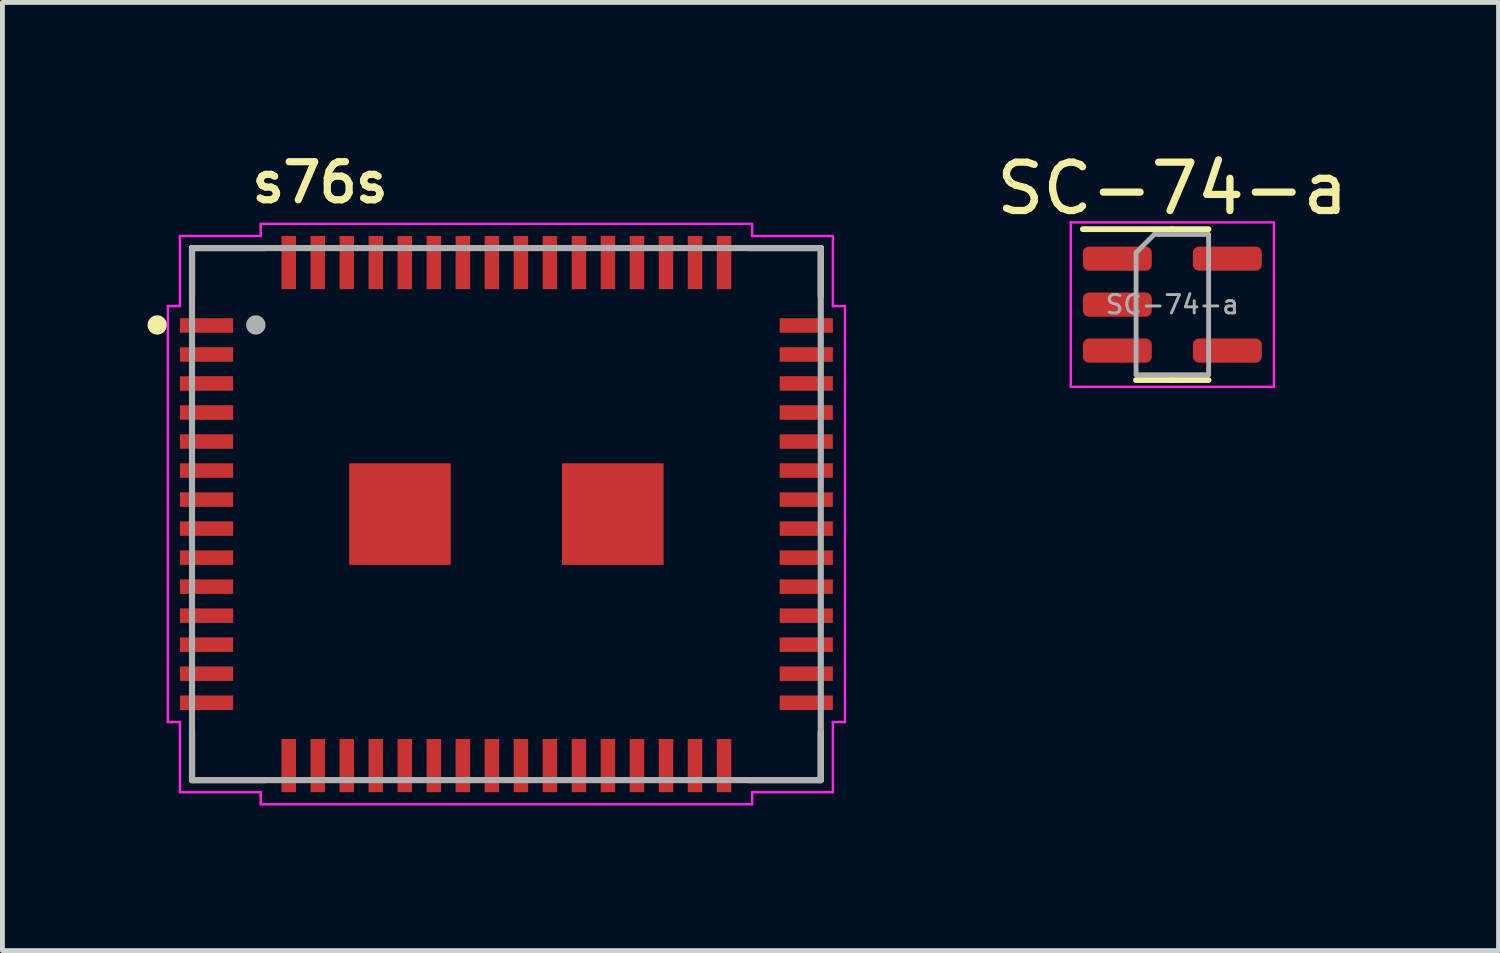
<source format=kicad_pcb>
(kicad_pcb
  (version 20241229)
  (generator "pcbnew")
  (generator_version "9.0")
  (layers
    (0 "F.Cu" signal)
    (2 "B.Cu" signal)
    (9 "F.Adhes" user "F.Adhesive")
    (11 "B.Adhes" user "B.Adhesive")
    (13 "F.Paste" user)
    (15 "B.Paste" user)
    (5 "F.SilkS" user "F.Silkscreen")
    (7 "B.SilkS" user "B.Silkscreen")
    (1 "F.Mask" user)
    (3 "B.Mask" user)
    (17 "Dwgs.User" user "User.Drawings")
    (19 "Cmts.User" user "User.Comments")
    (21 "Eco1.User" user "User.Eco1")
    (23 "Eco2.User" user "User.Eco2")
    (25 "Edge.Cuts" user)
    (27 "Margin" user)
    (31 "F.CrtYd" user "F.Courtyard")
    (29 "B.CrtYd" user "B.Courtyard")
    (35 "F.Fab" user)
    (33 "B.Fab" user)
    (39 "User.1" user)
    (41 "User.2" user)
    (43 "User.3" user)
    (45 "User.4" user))
  (footprint "s76s"
    (layer "F.Cu")
    (at 7.42 7.579)
    (property "Reference" "s76s" (at -3.853 -6.855 0) (layer "F.SilkS") (effects (font (size 0.788 0.788) (thickness 0.15))))
    (attr through_hole)
    (fp_line (start -6.5 -5.5) (end -6.5 -4.5) (stroke (width 0.127) (type solid)) (layer "F.SilkS"))
    (fp_line (start -6.5 4.5) (end -6.5 5.5) (stroke (width 0.127) (type solid)) (layer "F.SilkS"))
    (fp_line (start -6.5 5.5) (end -5 5.5) (stroke (width 0.127) (type solid)) (layer "F.SilkS"))
    (fp_line (start -5 -5.5) (end -6.5 -5.5) (stroke (width 0.127) (type solid)) (layer "F.SilkS"))
    (fp_line (start 5 -5.5) (end 6.5 -5.5) (stroke (width 0.127) (type solid)) (layer "F.SilkS"))
    (fp_line (start 5 5.5) (end 6.5 5.5) (stroke (width 0.127) (type solid)) (layer "F.SilkS"))
    (fp_line (start 6.5 -5.5) (end 6.5 -4.5) (stroke (width 0.127) (type solid)) (layer "F.SilkS"))
    (fp_line (start 6.5 4.5) (end 6.5 5.5) (stroke (width 0.127) (type solid)) (layer "F.SilkS"))
    (fp_circle (center -7.22 -3.91) (end -7.12 -3.91) (stroke (width 0.2) (type solid)) (fill no) (layer "F.SilkS"))
    (fp_line (start -7 -4.3) (end -6.75 -4.3) (stroke (width 0.05) (type solid)) (layer "F.CrtYd"))
    (fp_line (start -7 4.3) (end -7 -4.3) (stroke (width 0.05) (type solid)) (layer "F.CrtYd"))
    (fp_line (start -6.75 -5.75) (end -5.08 -5.75) (stroke (width 0.05) (type solid)) (layer "F.CrtYd"))
    (fp_line (start -6.75 -4.3) (end -6.75 -5.75) (stroke (width 0.05) (type solid)) (layer "F.CrtYd"))
    (fp_line (start -6.75 4.3) (end -7 4.3) (stroke (width 0.05) (type solid)) (layer "F.CrtYd"))
    (fp_line (start -6.75 5.75) (end -6.75 4.3) (stroke (width 0.05) (type solid)) (layer "F.CrtYd"))
    (fp_line (start -5.08 -6) (end 5.08 -6) (stroke (width 0.05) (type solid)) (layer "F.CrtYd"))
    (fp_line (start -5.08 -5.75) (end -5.08 -6) (stroke (width 0.05) (type solid)) (layer "F.CrtYd"))
    (fp_line (start -5.08 5.75) (end -6.75 5.75) (stroke (width 0.05) (type solid)) (layer "F.CrtYd"))
    (fp_line (start -5.08 6) (end -5.08 5.75) (stroke (width 0.05) (type solid)) (layer "F.CrtYd"))
    (fp_line (start 5.08 -6) (end 5.08 -5.75) (stroke (width 0.05) (type solid)) (layer "F.CrtYd"))
    (fp_line (start 5.08 -5.75) (end 6.75 -5.75) (stroke (width 0.05) (type solid)) (layer "F.CrtYd"))
    (fp_line (start 5.08 5.75) (end 5.08 6) (stroke (width 0.05) (type solid)) (layer "F.CrtYd"))
    (fp_line (start 5.08 6) (end -5.08 6) (stroke (width 0.05) (type solid)) (layer "F.CrtYd"))
    (fp_line (start 6.75 -5.75) (end 6.75 -4.3) (stroke (width 0.05) (type solid)) (layer "F.CrtYd"))
    (fp_line (start 6.75 -4.3) (end 7 -4.3) (stroke (width 0.05) (type solid)) (layer "F.CrtYd"))
    (fp_line (start 6.75 4.3) (end 6.75 5.75) (stroke (width 0.05) (type solid)) (layer "F.CrtYd"))
    (fp_line (start 6.75 5.75) (end 5.08 5.75) (stroke (width 0.05) (type solid)) (layer "F.CrtYd"))
    (fp_line (start 7 -4.3) (end 7 4.3) (stroke (width 0.05) (type solid)) (layer "F.CrtYd"))
    (fp_line (start 7 4.3) (end 6.75 4.3) (stroke (width 0.05) (type solid)) (layer "F.CrtYd"))
    (fp_line (start -6.5 -5.5) (end 6.5 -5.5) (stroke (width 0.127) (type solid)) (layer "F.Fab"))
    (fp_line (start -6.5 5.5) (end -6.5 -5.5) (stroke (width 0.127) (type solid)) (layer "F.Fab"))
    (fp_line (start 6.5 -5.5) (end 6.5 5.5) (stroke (width 0.127) (type solid)) (layer "F.Fab"))
    (fp_line (start 6.5 5.5) (end -6.5 5.5) (stroke (width 0.127) (type solid)) (layer "F.Fab"))
    (fp_circle (center -5.18 -3.91) (end -5.08 -3.91) (stroke (width 0.2) (type solid)) (fill no) (layer "F.Fab"))
    (pad "1" smd rect (at -6.2 -3.9) (size 1.1 0.3) (layers "F.Cu" "F.Mask" "F.Paste"))
    (pad "2" smd rect (at -6.2 -3.3) (size 1.1 0.3) (layers "F.Cu" "F.Mask" "F.Paste"))
    (pad "3" smd rect (at -6.2 -2.7) (size 1.1 0.3) (layers "F.Cu" "F.Mask" "F.Paste"))
    (pad "4" smd rect (at -6.2 -2.1) (size 1.1 0.3) (layers "F.Cu" "F.Mask" "F.Paste"))
    (pad "5" smd rect (at -6.2 -1.5) (size 1.1 0.3) (layers "F.Cu" "F.Mask" "F.Paste"))
    (pad "6" smd rect (at -6.2 -0.9) (size 1.1 0.3) (layers "F.Cu" "F.Mask" "F.Paste"))
    (pad "7" smd rect (at -6.2 -0.3) (size 1.1 0.3) (layers "F.Cu" "F.Mask" "F.Paste"))
    (pad "8" smd rect (at -6.2 0.3) (size 1.1 0.3) (layers "F.Cu" "F.Mask" "F.Paste"))
    (pad "9" smd rect (at -6.2 0.9) (size 1.1 0.3) (layers "F.Cu" "F.Mask" "F.Paste"))
    (pad "10" smd rect (at -6.2 1.5) (size 1.1 0.3) (layers "F.Cu" "F.Mask" "F.Paste"))
    (pad "11" smd rect (at -6.2 2.1) (size 1.1 0.3) (layers "F.Cu" "F.Mask" "F.Paste"))
    (pad "12" smd rect (at -6.2 2.7) (size 1.1 0.3) (layers "F.Cu" "F.Mask" "F.Paste"))
    (pad "13" smd rect (at -6.2 3.3) (size 1.1 0.3) (layers "F.Cu" "F.Mask" "F.Paste"))
    (pad "14" smd rect (at -6.2 3.9) (size 1.1 0.3) (layers "F.Cu" "F.Mask" "F.Paste"))
    (pad "15" smd rect (at -4.5 5.2) (size 0.3 1.1) (layers "F.Cu" "F.Mask" "F.Paste"))
    (pad "16" smd rect (at -3.9 5.2) (size 0.3 1.1) (layers "F.Cu" "F.Mask" "F.Paste"))
    (pad "17" smd rect (at -3.3 5.2) (size 0.3 1.1) (layers "F.Cu" "F.Mask" "F.Paste"))
    (pad "18" smd rect (at -2.7 5.2) (size 0.3 1.1) (layers "F.Cu" "F.Mask" "F.Paste"))
    (pad "19" smd rect (at -2.1 5.2) (size 0.3 1.1) (layers "F.Cu" "F.Mask" "F.Paste"))
    (pad "20" smd rect (at -1.5 5.2) (size 0.3 1.1) (layers "F.Cu" "F.Mask" "F.Paste"))
    (pad "21" smd rect (at -0.9 5.2) (size 0.3 1.1) (layers "F.Cu" "F.Mask" "F.Paste"))
    (pad "22" smd rect (at -0.3 5.2) (size 0.3 1.1) (layers "F.Cu" "F.Mask" "F.Paste"))
    (pad "23" smd rect (at 0.3 5.2) (size 0.3 1.1) (layers "F.Cu" "F.Mask" "F.Paste"))
    (pad "24" smd rect (at 0.9 5.2) (size 0.3 1.1) (layers "F.Cu" "F.Mask" "F.Paste"))
    (pad "25" smd rect (at 1.5 5.2) (size 0.3 1.1) (layers "F.Cu" "F.Mask" "F.Paste"))
    (pad "26" smd rect (at 2.1 5.2) (size 0.3 1.1) (layers "F.Cu" "F.Mask" "F.Paste"))
    (pad "27" smd rect (at 2.7 5.2) (size 0.3 1.1) (layers "F.Cu" "F.Mask" "F.Paste"))
    (pad "28" smd rect (at 3.3 5.2) (size 0.3 1.1) (layers "F.Cu" "F.Mask" "F.Paste"))
    (pad "29" smd rect (at 3.9 5.2) (size 0.3 1.1) (layers "F.Cu" "F.Mask" "F.Paste"))
    (pad "30" smd rect (at 4.5 5.2) (size 0.3 1.1) (layers "F.Cu" "F.Mask" "F.Paste"))
    (pad "31" smd rect (at 6.2 3.9) (size 1.1 0.3) (layers "F.Cu" "F.Mask" "F.Paste"))
    (pad "32" smd rect (at 6.2 3.3) (size 1.1 0.3) (layers "F.Cu" "F.Mask" "F.Paste"))
    (pad "33" smd rect (at 6.2 2.7) (size 1.1 0.3) (layers "F.Cu" "F.Mask" "F.Paste"))
    (pad "34" smd rect (at 6.2 2.1) (size 1.1 0.3) (layers "F.Cu" "F.Mask" "F.Paste"))
    (pad "35" smd rect (at 6.2 1.5) (size 1.1 0.3) (layers "F.Cu" "F.Mask" "F.Paste"))
    (pad "36" smd rect (at 6.2 0.9) (size 1.1 0.3) (layers "F.Cu" "F.Mask" "F.Paste"))
    (pad "37" smd rect (at 6.2 0.3) (size 1.1 0.3) (layers "F.Cu" "F.Mask" "F.Paste"))
    (pad "38" smd rect (at 6.2 -0.3) (size 1.1 0.3) (layers "F.Cu" "F.Mask" "F.Paste"))
    (pad "39" smd rect (at 6.2 -0.9) (size 1.1 0.3) (layers "F.Cu" "F.Mask" "F.Paste"))
    (pad "40" smd rect (at 6.2 -1.5) (size 1.1 0.3) (layers "F.Cu" "F.Mask" "F.Paste"))
    (pad "41" smd rect (at 6.2 -2.1) (size 1.1 0.3) (layers "F.Cu" "F.Mask" "F.Paste"))
    (pad "42" smd rect (at 6.2 -2.7) (size 1.1 0.3) (layers "F.Cu" "F.Mask" "F.Paste"))
    (pad "43" smd rect (at 6.2 -3.3) (size 1.1 0.3) (layers "F.Cu" "F.Mask" "F.Paste"))
    (pad "44" smd rect (at 6.2 -3.9) (size 1.1 0.3) (layers "F.Cu" "F.Mask" "F.Paste"))
    (pad "45" smd rect (at 4.5 -5.2) (size 0.3 1.1) (layers "F.Cu" "F.Mask" "F.Paste"))
    (pad "46" smd rect (at 3.9 -5.2) (size 0.3 1.1) (layers "F.Cu" "F.Mask" "F.Paste"))
    (pad "47" smd rect (at 3.3 -5.2) (size 0.3 1.1) (layers "F.Cu" "F.Mask" "F.Paste"))
    (pad "48" smd rect (at 2.7 -5.2) (size 0.3 1.1) (layers "F.Cu" "F.Mask" "F.Paste"))
    (pad "49" smd rect (at 2.1 -5.2) (size 0.3 1.1) (layers "F.Cu" "F.Mask" "F.Paste"))
    (pad "50" smd rect (at 1.5 -5.2) (size 0.3 1.1) (layers "F.Cu" "F.Mask" "F.Paste"))
    (pad "51" smd rect (at 0.9 -5.2) (size 0.3 1.1) (layers "F.Cu" "F.Mask" "F.Paste"))
    (pad "52" smd rect (at 0.3 -5.2) (size 0.3 1.1) (layers "F.Cu" "F.Mask" "F.Paste"))
    (pad "53" smd rect (at -0.3 -5.2) (size 0.3 1.1) (layers "F.Cu" "F.Mask" "F.Paste"))
    (pad "54" smd rect (at -0.9 -5.2) (size 0.3 1.1) (layers "F.Cu" "F.Mask" "F.Paste"))
    (pad "55" smd rect (at -1.5 -5.2) (size 0.3 1.1) (layers "F.Cu" "F.Mask" "F.Paste"))
    (pad "56" smd rect (at -2.1 -5.2) (size 0.3 1.1) (layers "F.Cu" "F.Mask" "F.Paste"))
    (pad "57" smd rect (at -2.7 -5.2) (size 0.3 1.1) (layers "F.Cu" "F.Mask" "F.Paste"))
    (pad "58" smd rect (at -3.3 -5.2) (size 0.3 1.1) (layers "F.Cu" "F.Mask" "F.Paste"))
    (pad "59" smd rect (at -3.9 -5.2) (size 0.3 1.1) (layers "F.Cu" "F.Mask" "F.Paste"))
    (pad "60" smd rect (at -4.5 -5.2) (size 0.3 1.1) (layers "F.Cu" "F.Mask" "F.Paste"))
    (pad "61" smd rect (at -2.2 0) (size 2.1 2.1) (layers "F.Cu" "F.Mask" "F.Paste"))
    (pad "62" smd rect (at 2.2 0) (size 2.1 2.1) (layers "F.Cu" "F.Mask" "F.Paste")))
  (footprint "SC-74-a"
    (layer "F.Cu")
    (at 21.189 3.248)
    (property "Reference" "SC-74-a" (at 0 -2.4 0) (layer "F.SilkS") (effects (font (size 1 1) (thickness 0.15))))
    (attr smd)
    (fp_line (start 0 -1.56) (end -1.85 -1.56) (stroke (width 0.12) (type solid)) (layer "F.SilkS"))
    (fp_line (start 0 -1.56) (end 0.75 -1.56) (stroke (width 0.12) (type solid)) (layer "F.SilkS"))
    (fp_line (start 0 1.56) (end -0.75 1.56) (stroke (width 0.12) (type solid)) (layer "F.SilkS"))
    (fp_line (start 0 1.56) (end 0.75 1.56) (stroke (width 0.12) (type solid)) (layer "F.SilkS"))
    (fp_line (start -2.1 -1.7) (end -2.1 1.7) (stroke (width 0.05) (type solid)) (layer "F.CrtYd"))
    (fp_line (start -2.1 1.7) (end 2.1 1.7) (stroke (width 0.05) (type solid)) (layer "F.CrtYd"))
    (fp_line (start 2.1 -1.7) (end -2.1 -1.7) (stroke (width 0.05) (type solid)) (layer "F.CrtYd"))
    (fp_line (start 2.1 1.7) (end 2.1 -1.7) (stroke (width 0.05) (type solid)) (layer "F.CrtYd"))
    (fp_line (start -0.75 -1.075) (end -0.375 -1.45) (stroke (width 0.1) (type solid)) (layer "F.Fab"))
    (fp_line (start -0.75 1.45) (end -0.75 -1.075) (stroke (width 0.1) (type solid)) (layer "F.Fab"))
    (fp_line (start -0.375 -1.45) (end 0.75 -1.45) (stroke (width 0.1) (type solid)) (layer "F.Fab"))
    (fp_line (start 0.75 -1.45) (end 0.75 1.45) (stroke (width 0.1) (type solid)) (layer "F.Fab"))
    (fp_line (start 0.75 1.45) (end -0.75 1.45) (stroke (width 0.1) (type solid)) (layer "F.Fab"))
    (fp_text user "${REFERENCE}" (at 0 0 0) (layer "F.Fab") (effects (font (size 0.38 0.38) (thickness 0.06))))
    (pad "1" smd roundrect (at -1.137 -0.95) (size 1.425 0.5) (layers "F.Cu" "F.Mask" "F.Paste") (roundrect_rratio 0.25))
    (pad "2" smd roundrect (at -1.137 0) (size 1.425 0.5) (layers "F.Cu" "F.Mask" "F.Paste") (roundrect_rratio 0.25))
    (pad "3" smd roundrect (at -1.137 0.95) (size 1.425 0.5) (layers "F.Cu" "F.Mask" "F.Paste") (roundrect_rratio 0.25))
    (pad "4" smd roundrect (at 1.137 0.95) (size 1.425 0.5) (layers "F.Cu" "F.Mask" "F.Paste") (roundrect_rratio 0.25))
    (pad "5" smd roundrect (at 1.137 -0.95) (size 1.425 0.5) (layers "F.Cu" "F.Mask" "F.Paste") (roundrect_rratio 0.25)))
  (gr_rect
    (start -3 -3)
    (end 27.933 16.604)
    (stroke (width 0.1) (type default))
    (fill no)
    (layer "Edge.Cuts")))
</source>
